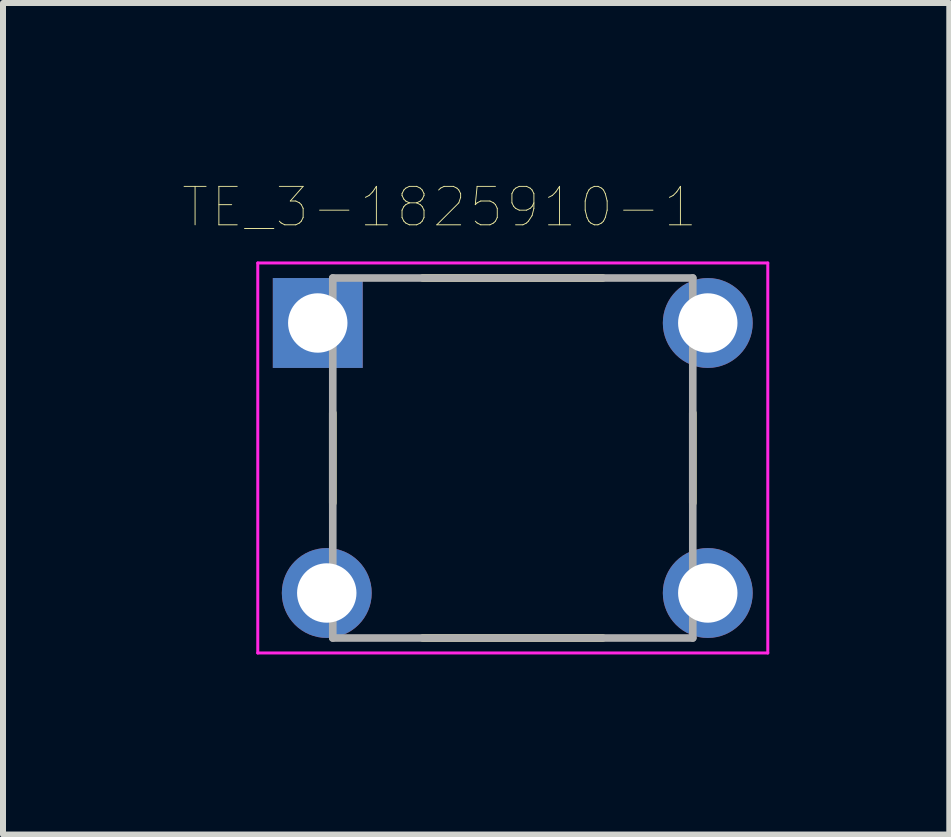
<source format=kicad_pcb>
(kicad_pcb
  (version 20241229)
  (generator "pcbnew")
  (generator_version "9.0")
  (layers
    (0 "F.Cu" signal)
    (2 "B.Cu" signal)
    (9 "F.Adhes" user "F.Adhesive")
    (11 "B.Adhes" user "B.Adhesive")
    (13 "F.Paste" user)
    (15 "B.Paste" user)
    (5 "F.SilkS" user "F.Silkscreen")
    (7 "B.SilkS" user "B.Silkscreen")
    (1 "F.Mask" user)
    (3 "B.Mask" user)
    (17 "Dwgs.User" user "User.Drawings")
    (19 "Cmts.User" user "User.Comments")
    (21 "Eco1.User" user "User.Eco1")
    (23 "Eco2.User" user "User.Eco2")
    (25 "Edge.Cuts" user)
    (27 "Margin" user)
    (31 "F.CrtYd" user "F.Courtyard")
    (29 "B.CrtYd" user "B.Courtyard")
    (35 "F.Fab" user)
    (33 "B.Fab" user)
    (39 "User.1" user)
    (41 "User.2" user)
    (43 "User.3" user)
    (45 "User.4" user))
  (footprint "TE_3-1825910-1"
    (layer "F.Cu")
    (at 5.496 4.583)
    (property "Reference" "TE_3-1825910-1" (at -1.22 -4.182 0) (layer "F.SilkS") (effects (font (size 0.641 0.641) (thickness 0.015))))
    (attr through_hole)
    (fp_line (start -3 0.75) (end -3 -0.75) (stroke (width 0.127) (type solid)) (layer "F.SilkS"))
    (fp_line (start -1.5 -3) (end 1.5 -3) (stroke (width 0.127) (type solid)) (layer "F.SilkS"))
    (fp_line (start -1.5 3) (end 1.5 3) (stroke (width 0.127) (type solid)) (layer "F.SilkS"))
    (fp_line (start 3 -0.75) (end 3 0.75) (stroke (width 0.127) (type solid)) (layer "F.SilkS"))
    (fp_line (start -4.25 -3.25) (end 4.25 -3.25) (stroke (width 0.05) (type solid)) (layer "F.CrtYd"))
    (fp_line (start -4.25 3.25) (end -4.25 -3.25) (stroke (width 0.05) (type solid)) (layer "F.CrtYd"))
    (fp_line (start 4.25 -3.25) (end 4.25 3.25) (stroke (width 0.05) (type solid)) (layer "F.CrtYd"))
    (fp_line (start 4.25 3.25) (end -4.25 3.25) (stroke (width 0.05) (type solid)) (layer "F.CrtYd"))
    (fp_line (start -3 -3) (end 3 -3) (stroke (width 0.127) (type solid)) (layer "F.Fab"))
    (fp_line (start -3 3) (end -3 -3) (stroke (width 0.127) (type solid)) (layer "F.Fab"))
    (fp_line (start 3 -3) (end 3 3) (stroke (width 0.127) (type solid)) (layer "F.Fab"))
    (fp_line (start 3 3) (end -3 3) (stroke (width 0.127) (type solid)) (layer "F.Fab"))
    (pad "1" thru_hole rect (at -3.25 -2.25) (size 1.498 1.498) (drill 0.99) (layers "*.Cu" "*.Mask"))
    (pad "2" thru_hole circle (at 3.25 -2.25) (size 1.498 1.498) (drill 0.99) (layers "*.Cu" "*.Mask"))
    (pad "3" thru_hole circle (at -3.1 2.25) (size 1.498 1.498) (drill 0.99) (layers "*.Cu" "*.Mask"))
    (pad "4" thru_hole circle (at 3.25 2.25) (size 1.498 1.498) (drill 0.99) (layers "*.Cu" "*.Mask")))
  (gr_rect
    (start -3 -3)
    (end 12.771 10.858)
    (stroke (width 0.1) (type default))
    (fill no)
    (layer "Edge.Cuts")))
</source>
